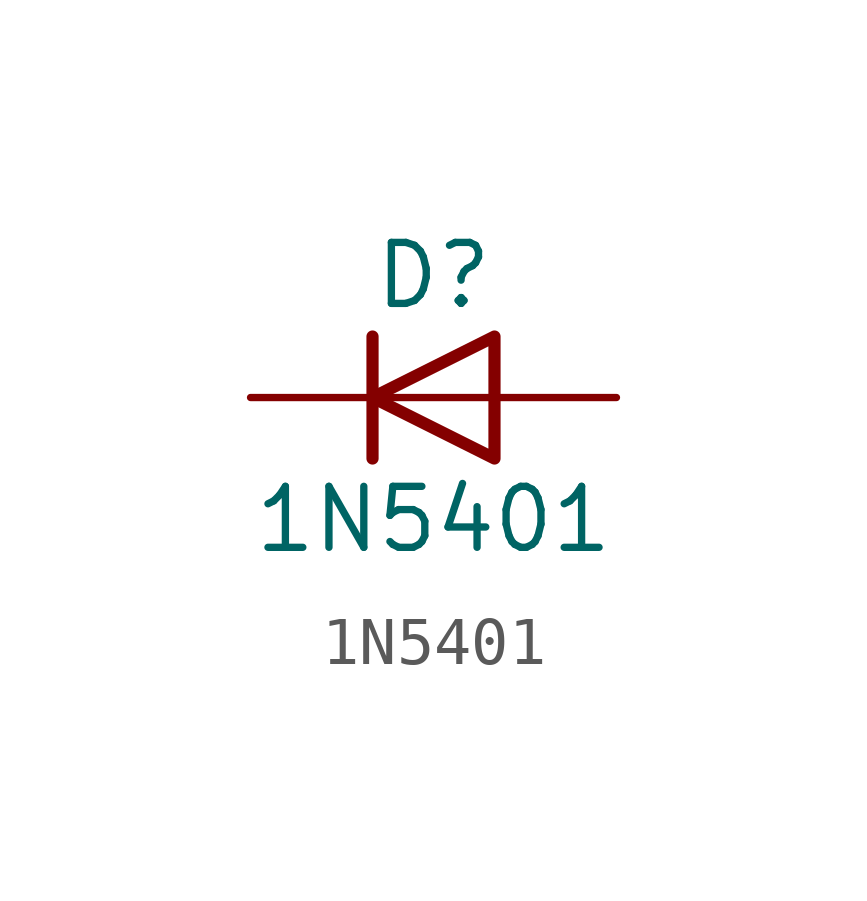
<source format=kicad_sym>
(kicad_symbol_lib
  (version 20211014)
  (generator kicad_symbol_editor)
  (symbol "1N5401"
    (pin_numbers hide)
    (pin_names hide)
    (property "Reference" "D"
      (at 0 2.54 0)
      (effects (font (size 1.27 1.27))))
    (property "Value" "1N5401"
      (at 0 -2.54 0)
      (effects (font (size 1.27 1.27))))
    (symbol "1N5401_0_1"
      (polyline (pts (xy -1.27 1.27) (xy -1.27 -1.27)) (stroke (width 0.254) (type default) (color 0 0 0 0)) (fill (type none)))
      (polyline (pts (xy 1.27 0) (xy -1.27 0)) (stroke (width 0) (type default) (color 0 0 0 0)) (fill (type none)))
      (polyline (pts (xy 1.27 1.27) (xy 1.27 -1.27) (xy -1.27 0) (xy 1.27 1.27)) (stroke (width 0.254) (type default) (color 0 0 0 0)) (fill (type none))))
    (symbol "1N5401_1_1"
      (pin passive line (at -3.81 0 0) (length 2.54) (name "K" (effects (font (size 1.27 1.27)))) (number "1" (effects (font (size 1.27 1.27)))))
      (pin passive line (at 3.81 0 180) (length 2.54) (name "A" (effects (font (size 1.27 1.27)))) (number "2" (effects (font (size 1.27 1.27))))))))
</source>
